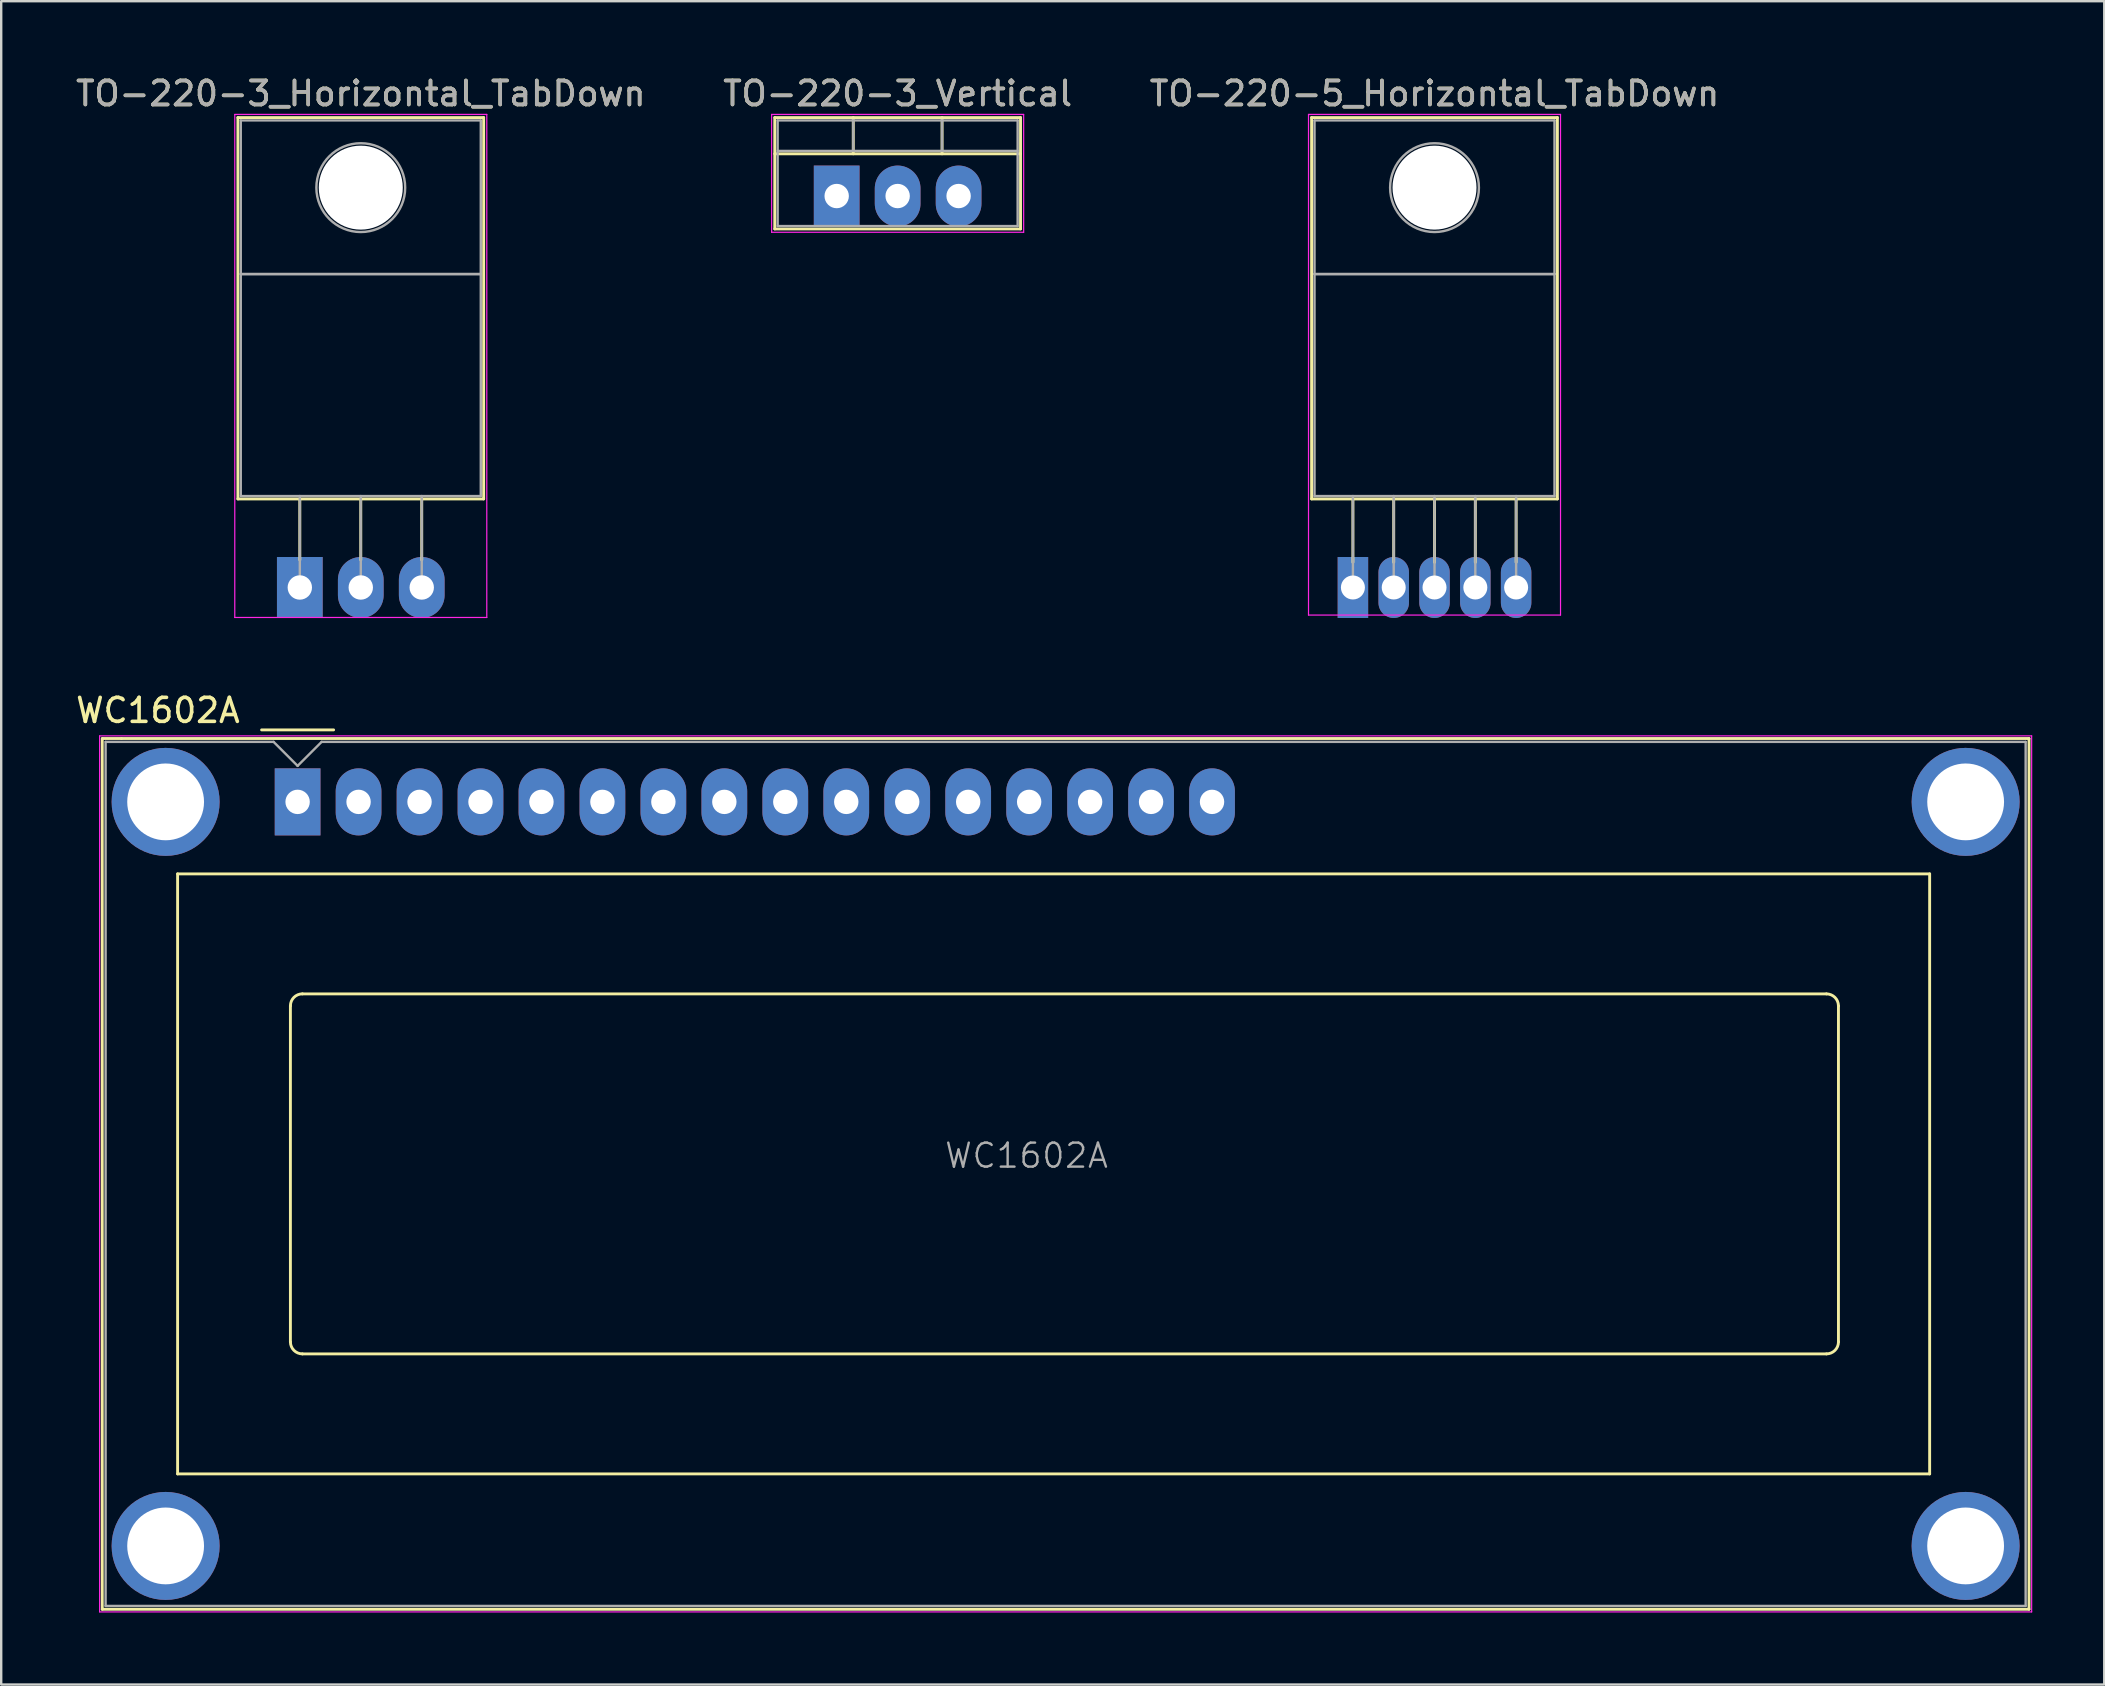
<source format=kicad_pcb>
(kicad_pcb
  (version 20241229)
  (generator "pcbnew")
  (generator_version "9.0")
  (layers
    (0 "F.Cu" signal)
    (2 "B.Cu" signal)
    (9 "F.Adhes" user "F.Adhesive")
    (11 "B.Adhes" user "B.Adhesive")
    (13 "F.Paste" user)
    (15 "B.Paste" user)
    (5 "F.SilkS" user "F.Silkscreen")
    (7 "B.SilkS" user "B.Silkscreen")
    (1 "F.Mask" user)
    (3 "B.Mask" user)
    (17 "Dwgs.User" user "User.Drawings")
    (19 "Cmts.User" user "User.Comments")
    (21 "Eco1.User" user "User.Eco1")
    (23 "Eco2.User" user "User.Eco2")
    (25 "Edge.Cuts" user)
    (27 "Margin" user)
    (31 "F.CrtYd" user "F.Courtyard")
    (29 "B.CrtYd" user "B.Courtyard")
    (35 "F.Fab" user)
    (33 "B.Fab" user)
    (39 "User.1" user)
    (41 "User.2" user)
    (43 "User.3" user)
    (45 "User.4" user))
  (footprint "TO-220-5_Horizontal_TabDown"
    (layer "F.Cu")
    (at 53.32 21.428)
    (property "Reference" "TO-220-5_Horizontal_TabDown" (at 3.4 -20.58 0) (layer "F.SilkS") (effects (font (size 1 1) (thickness 0.15))))
    (attr through_hole)
    (fp_line (start -1.721 -19.58) (end -1.721 -3.69) (stroke (width 0.12) (type solid)) (layer "F.SilkS"))
    (fp_line (start -1.721 -19.58) (end 8.52 -19.58) (stroke (width 0.12) (type solid)) (layer "F.SilkS"))
    (fp_line (start -1.721 -3.69) (end 8.52 -3.69) (stroke (width 0.12) (type solid)) (layer "F.SilkS"))
    (fp_line (start 0 -3.69) (end 0 -1.05) (stroke (width 0.12) (type solid)) (layer "F.SilkS"))
    (fp_line (start 1.7 -3.69) (end 1.7 -1.05) (stroke (width 0.12) (type solid)) (layer "F.SilkS"))
    (fp_line (start 3.4 -3.69) (end 3.4 -1.05) (stroke (width 0.12) (type solid)) (layer "F.SilkS"))
    (fp_line (start 5.1 -3.69) (end 5.1 -1.05) (stroke (width 0.12) (type solid)) (layer "F.SilkS"))
    (fp_line (start 6.8 -3.69) (end 6.8 -1.05) (stroke (width 0.12) (type solid)) (layer "F.SilkS"))
    (fp_line (start 8.52 -19.58) (end 8.52 -3.69) (stroke (width 0.12) (type solid)) (layer "F.SilkS"))
    (fp_line (start -1.85 -19.71) (end -1.85 1.15) (stroke (width 0.05) (type solid)) (layer "F.CrtYd"))
    (fp_line (start -1.85 1.15) (end 8.65 1.15) (stroke (width 0.05) (type solid)) (layer "F.CrtYd"))
    (fp_line (start 8.65 -19.71) (end -1.85 -19.71) (stroke (width 0.05) (type solid)) (layer "F.CrtYd"))
    (fp_line (start 8.65 1.15) (end 8.65 -19.71) (stroke (width 0.05) (type solid)) (layer "F.CrtYd"))
    (fp_line (start -1.6 -19.46) (end 8.4 -19.46) (stroke (width 0.1) (type solid)) (layer "F.Fab"))
    (fp_line (start -1.6 -13.06) (end -1.6 -19.46) (stroke (width 0.1) (type solid)) (layer "F.Fab"))
    (fp_line (start -1.6 -13.06) (end 8.4 -13.06) (stroke (width 0.1) (type solid)) (layer "F.Fab"))
    (fp_line (start -1.6 -3.81) (end -1.6 -13.06) (stroke (width 0.1) (type solid)) (layer "F.Fab"))
    (fp_line (start 0 -3.81) (end 0 0) (stroke (width 0.1) (type solid)) (layer "F.Fab"))
    (fp_line (start 1.7 -3.81) (end 1.7 0) (stroke (width 0.1) (type solid)) (layer "F.Fab"))
    (fp_line (start 3.4 -3.81) (end 3.4 0) (stroke (width 0.1) (type solid)) (layer "F.Fab"))
    (fp_line (start 5.1 -3.81) (end 5.1 0) (stroke (width 0.1) (type solid)) (layer "F.Fab"))
    (fp_line (start 6.8 -3.81) (end 6.8 0) (stroke (width 0.1) (type solid)) (layer "F.Fab"))
    (fp_line (start 8.4 -19.46) (end 8.4 -13.06) (stroke (width 0.1) (type solid)) (layer "F.Fab"))
    (fp_line (start 8.4 -13.06) (end -1.6 -13.06) (stroke (width 0.1) (type solid)) (layer "F.Fab"))
    (fp_line (start 8.4 -13.06) (end 8.4 -3.81) (stroke (width 0.1) (type solid)) (layer "F.Fab"))
    (fp_line (start 8.4 -3.81) (end -1.6 -3.81) (stroke (width 0.1) (type solid)) (layer "F.Fab"))
    (fp_circle (center 3.4 -16.66) (end 5.25 -16.66) (stroke (width 0.1) (type solid)) (fill no) (layer "F.Fab"))
    (fp_text user "${REFERENCE}" (at 3.4 -20.58 0) (layer "F.Fab") (effects (font (size 1 1) (thickness 0.15))))
    (pad "" np_thru_hole oval (at 3.4 -16.66) (size 3.5 3.5) (drill 3.5) (layers "*.Cu" "*.Mask"))
    (pad "1" thru_hole rect (at 0 0) (size 1.27 2.54) (drill 1) (layers "*.Cu" "*.Mask"))
    (pad "2" thru_hole oval (at 1.7 0) (size 1.27 2.54) (drill 1) (layers "*.Cu" "*.Mask"))
    (pad "3" thru_hole oval (at 3.4 0) (size 1.27 2.54) (drill 1) (layers "*.Cu" "*.Mask"))
    (pad "4" thru_hole oval (at 5.1 0) (size 1.27 2.54) (drill 1) (layers "*.Cu" "*.Mask"))
    (pad "5" thru_hole oval (at 6.8 0) (size 1.27 2.54) (drill 1) (layers "*.Cu" "*.Mask")))
  (footprint "WC1602A"
    (layer "F.Cu")
    (at 9.35 30.361)
    (property "Reference" "WC1602A" (at -5.82 -3.81 0) (layer "F.SilkS") (effects (font (size 1 1) (thickness 0.15))))
    (attr through_hole)
    (fp_line (start -8.14 -2.64) (end -8.14 33.64) (stroke (width 0.12) (type solid)) (layer "F.SilkS"))
    (fp_line (start -8.14 33.64) (end 72.14 33.64) (stroke (width 0.12) (type solid)) (layer "F.SilkS"))
    (fp_line (start -8.13 -2.64) (end -7.34 -2.64) (stroke (width 0.12) (type solid)) (layer "F.SilkS"))
    (fp_line (start -5 3) (end 68 3) (stroke (width 0.12) (type solid)) (layer "F.SilkS"))
    (fp_line (start -5 28) (end -5 3) (stroke (width 0.12) (type solid)) (layer "F.SilkS"))
    (fp_line (start -1.5 -3) (end 1.5 -3) (stroke (width 0.12) (type solid)) (layer "F.SilkS"))
    (fp_line (start -0.3 22.499) (end -0.3 8.5) (stroke (width 0.12) (type solid)) (layer "F.SilkS"))
    (fp_line (start 0.2 8) (end 63.7 8) (stroke (width 0.12) (type solid)) (layer "F.SilkS"))
    (fp_line (start 63.701 23) (end 0.2 23) (stroke (width 0.12) (type solid)) (layer "F.SilkS"))
    (fp_line (start 64.2 8.5) (end 64.2 22.5) (stroke (width 0.12) (type solid)) (layer "F.SilkS"))
    (fp_line (start 68 3) (end 68 28) (stroke (width 0.12) (type solid)) (layer "F.SilkS"))
    (fp_line (start 68 28) (end -5 28) (stroke (width 0.12) (type solid)) (layer "F.SilkS"))
    (fp_line (start 72.14 -2.64) (end -7.34 -2.64) (stroke (width 0.12) (type solid)) (layer "F.SilkS"))
    (fp_line (start 72.14 33.64) (end 72.14 -2.64) (stroke (width 0.12) (type solid)) (layer "F.SilkS"))
    (fp_arc (start -0.29972 8.49884) (mid -0.153162 8.145018) (end 0.20066 7.99846) (stroke (width 0.12) (type solid)) (layer "F.SilkS"))
    (fp_arc (start 0.20066 22.9997) (mid -0.153162 22.853142) (end -0.29972 22.49932) (stroke (width 0.12) (type solid)) (layer "F.SilkS"))
    (fp_arc (start 63.7 8) (mid 64.053553 8.146447) (end 64.2 8.5) (stroke (width 0.12) (type solid)) (layer "F.SilkS"))
    (fp_arc (start 64.20104 22.49932) (mid 64.054482 22.853142) (end 63.70066 22.9997) (stroke (width 0.12) (type solid)) (layer "F.SilkS"))
    (fp_line (start -8.25 -2.75) (end -8.25 33.75) (stroke (width 0.05) (type solid)) (layer "F.CrtYd"))
    (fp_line (start -8.25 -2.75) (end 72.25 -2.75) (stroke (width 0.05) (type solid)) (layer "F.CrtYd"))
    (fp_line (start -8.25 33.75) (end 72.25 33.75) (stroke (width 0.05) (type solid)) (layer "F.CrtYd"))
    (fp_line (start 72.25 -2.75) (end 72.25 33.75) (stroke (width 0.05) (type solid)) (layer "F.CrtYd"))
    (fp_line (start -8 33.5) (end -8 -2.5) (stroke (width 0.1) (type solid)) (layer "F.Fab"))
    (fp_line (start -1 -2.5) (end -8 -2.5) (stroke (width 0.1) (type solid)) (layer "F.Fab"))
    (fp_line (start 0 -1.5) (end -1 -2.5) (stroke (width 0.1) (type solid)) (layer "F.Fab"))
    (fp_line (start 1 -2.5) (end 0 -1.5) (stroke (width 0.1) (type solid)) (layer "F.Fab"))
    (fp_line (start 1 -2.5) (end 72 -2.5) (stroke (width 0.1) (type solid)) (layer "F.Fab"))
    (fp_line (start 72 -2.5) (end 72 33.5) (stroke (width 0.1) (type solid)) (layer "F.Fab"))
    (fp_line (start 72 33.5) (end -8 33.5) (stroke (width 0.1) (type solid)) (layer "F.Fab"))
    (fp_text user "${REFERENCE}" (at 30.37 14.74 0) (layer "F.Fab") (effects (font (size 1 1) (thickness 0.1))))
    (pad "" thru_hole circle (at -5.499 0) (size 4.5 4.5) (drill 3.2) (layers "*.Cu" "*.Mask"))
    (pad "" thru_hole circle (at -5.499 31.001) (size 4.5 4.5) (drill 3.2) (layers "*.Cu" "*.Mask"))
    (pad "" thru_hole circle (at 69.499 31.001) (size 4.5 4.5) (drill 3.2) (layers "*.Cu" "*.Mask"))
    (pad "" thru_hole circle (at 69.5 0) (size 4.5 4.5) (drill 3.2) (layers "*.Cu" "*.Mask"))
    (pad "1" thru_hole rect (at 0 0 180) (size 1.905 2.794) (drill 1.016) (layers "*.Cu" "*.Mask"))
    (pad "2" thru_hole oval (at 2.54 0 180) (size 1.905 2.794) (drill 1.016) (layers "*.Cu" "*.Mask"))
    (pad "3" thru_hole oval (at 5.08 0 180) (size 1.905 2.794) (drill 1.016) (layers "*.Cu" "*.Mask"))
    (pad "4" thru_hole oval (at 7.62 0 180) (size 1.905 2.794) (drill 1.016) (layers "*.Cu" "*.Mask"))
    (pad "5" thru_hole oval (at 10.16 0 180) (size 1.905 2.794) (drill 1.016) (layers "*.Cu" "*.Mask"))
    (pad "6" thru_hole oval (at 12.7 0 180) (size 1.905 2.794) (drill 1.016) (layers "*.Cu" "*.Mask"))
    (pad "7" thru_hole oval (at 15.24 0 180) (size 1.905 2.794) (drill 1.016) (layers "*.Cu" "*.Mask"))
    (pad "8" thru_hole oval (at 17.78 0 180) (size 1.905 2.794) (drill 1.016) (layers "*.Cu" "*.Mask"))
    (pad "9" thru_hole oval (at 20.32 0 180) (size 1.905 2.794) (drill 1.016) (layers "*.Cu" "*.Mask"))
    (pad "10" thru_hole oval (at 22.86 0 180) (size 1.905 2.794) (drill 1.016) (layers "*.Cu" "*.Mask"))
    (pad "11" thru_hole oval (at 25.4 0 180) (size 1.905 2.794) (drill 1.016) (layers "*.Cu" "*.Mask"))
    (pad "12" thru_hole oval (at 27.94 0 180) (size 1.905 2.794) (drill 1.016) (layers "*.Cu" "*.Mask"))
    (pad "13" thru_hole oval (at 30.48 0 180) (size 1.905 2.794) (drill 1.016) (layers "*.Cu" "*.Mask"))
    (pad "14" thru_hole oval (at 33.02 0 180) (size 1.905 2.794) (drill 1.016) (layers "*.Cu" "*.Mask"))
    (pad "15" thru_hole oval (at 35.56 0 180) (size 1.905 2.794) (drill 1.016) (layers "*.Cu" "*.Mask"))
    (pad "16" thru_hole oval (at 38.1 0 180) (size 1.905 2.794) (drill 1.016) (layers "*.Cu" "*.Mask")))
  (footprint "TO-220-3_Horizontal_TabDown"
    (layer "F.Cu")
    (at 9.442 21.428)
    (property "Reference" "TO-220-3_Horizontal_TabDown" (at 2.54 -20.58 0) (layer "F.SilkS") (effects (font (size 1 1) (thickness 0.15))))
    (attr through_hole)
    (fp_line (start -2.58 -19.58) (end -2.58 -3.69) (stroke (width 0.12) (type solid)) (layer "F.SilkS"))
    (fp_line (start -2.58 -19.58) (end 7.66 -19.58) (stroke (width 0.12) (type solid)) (layer "F.SilkS"))
    (fp_line (start -2.58 -3.69) (end 7.66 -3.69) (stroke (width 0.12) (type solid)) (layer "F.SilkS"))
    (fp_line (start 0 -3.69) (end 0 -1.15) (stroke (width 0.12) (type solid)) (layer "F.SilkS"))
    (fp_line (start 2.54 -3.69) (end 2.54 -1.15) (stroke (width 0.12) (type solid)) (layer "F.SilkS"))
    (fp_line (start 5.08 -3.69) (end 5.08 -1.15) (stroke (width 0.12) (type solid)) (layer "F.SilkS"))
    (fp_line (start 7.66 -19.58) (end 7.66 -3.69) (stroke (width 0.12) (type solid)) (layer "F.SilkS"))
    (fp_line (start -2.71 -19.71) (end -2.71 1.25) (stroke (width 0.05) (type solid)) (layer "F.CrtYd"))
    (fp_line (start -2.71 1.25) (end 7.79 1.25) (stroke (width 0.05) (type solid)) (layer "F.CrtYd"))
    (fp_line (start 7.79 -19.71) (end -2.71 -19.71) (stroke (width 0.05) (type solid)) (layer "F.CrtYd"))
    (fp_line (start 7.79 1.25) (end 7.79 -19.71) (stroke (width 0.05) (type solid)) (layer "F.CrtYd"))
    (fp_line (start -2.46 -19.46) (end 7.54 -19.46) (stroke (width 0.1) (type solid)) (layer "F.Fab"))
    (fp_line (start -2.46 -13.06) (end -2.46 -19.46) (stroke (width 0.1) (type solid)) (layer "F.Fab"))
    (fp_line (start -2.46 -13.06) (end 7.54 -13.06) (stroke (width 0.1) (type solid)) (layer "F.Fab"))
    (fp_line (start -2.46 -3.81) (end -2.46 -13.06) (stroke (width 0.1) (type solid)) (layer "F.Fab"))
    (fp_line (start 0 -3.81) (end 0 0) (stroke (width 0.1) (type solid)) (layer "F.Fab"))
    (fp_line (start 2.54 -3.81) (end 2.54 0) (stroke (width 0.1) (type solid)) (layer "F.Fab"))
    (fp_line (start 5.08 -3.81) (end 5.08 0) (stroke (width 0.1) (type solid)) (layer "F.Fab"))
    (fp_line (start 7.54 -19.46) (end 7.54 -13.06) (stroke (width 0.1) (type solid)) (layer "F.Fab"))
    (fp_line (start 7.54 -13.06) (end -2.46 -13.06) (stroke (width 0.1) (type solid)) (layer "F.Fab"))
    (fp_line (start 7.54 -13.06) (end 7.54 -3.81) (stroke (width 0.1) (type solid)) (layer "F.Fab"))
    (fp_line (start 7.54 -3.81) (end -2.46 -3.81) (stroke (width 0.1) (type solid)) (layer "F.Fab"))
    (fp_circle (center 2.54 -16.66) (end 4.39 -16.66) (stroke (width 0.1) (type solid)) (fill no) (layer "F.Fab"))
    (fp_text user "${REFERENCE}" (at 2.54 -20.58 0) (layer "F.Fab") (effects (font (size 1 1) (thickness 0.15))))
    (pad "" np_thru_hole oval (at 2.54 -16.66) (size 3.5 3.5) (drill 3.5) (layers "*.Cu" "*.Mask"))
    (pad "1" thru_hole rect (at 0 0) (size 1.905 2.54) (drill 1.016) (layers "*.Cu" "*.Mask"))
    (pad "2" thru_hole oval (at 2.54 0) (size 1.905 2.54) (drill 1.016) (layers "*.Cu" "*.Mask"))
    (pad "3" thru_hole oval (at 5.08 0) (size 1.905 2.54) (drill 1.016) (layers "*.Cu" "*.Mask")))
  (footprint "TO-220-3_Vertical"
    (layer "F.Cu")
    (at 31.811 5.118)
    (property "Reference" "TO-220-3_Vertical" (at 2.54 -4.27 0) (layer "F.SilkS") (effects (font (size 1 1) (thickness 0.15))))
    (attr through_hole)
    (fp_line (start -2.58 -3.27) (end -2.58 1.371) (stroke (width 0.12) (type solid)) (layer "F.SilkS"))
    (fp_line (start -2.58 -3.27) (end 7.66 -3.27) (stroke (width 0.12) (type solid)) (layer "F.SilkS"))
    (fp_line (start -2.58 -1.76) (end 7.66 -1.76) (stroke (width 0.12) (type solid)) (layer "F.SilkS"))
    (fp_line (start -2.58 1.371) (end 7.66 1.371) (stroke (width 0.12) (type solid)) (layer "F.SilkS"))
    (fp_line (start 0.69 -3.27) (end 0.69 -1.76) (stroke (width 0.12) (type solid)) (layer "F.SilkS"))
    (fp_line (start 4.391 -3.27) (end 4.391 -1.76) (stroke (width 0.12) (type solid)) (layer "F.SilkS"))
    (fp_line (start 7.66 -3.27) (end 7.66 1.371) (stroke (width 0.12) (type solid)) (layer "F.SilkS"))
    (fp_line (start -2.71 -3.4) (end -2.71 1.51) (stroke (width 0.05) (type solid)) (layer "F.CrtYd"))
    (fp_line (start -2.71 1.51) (end 7.79 1.51) (stroke (width 0.05) (type solid)) (layer "F.CrtYd"))
    (fp_line (start 7.79 -3.4) (end -2.71 -3.4) (stroke (width 0.05) (type solid)) (layer "F.CrtYd"))
    (fp_line (start 7.79 1.51) (end 7.79 -3.4) (stroke (width 0.05) (type solid)) (layer "F.CrtYd"))
    (fp_line (start -2.46 -3.15) (end -2.46 1.25) (stroke (width 0.1) (type solid)) (layer "F.Fab"))
    (fp_line (start -2.46 -1.88) (end 7.54 -1.88) (stroke (width 0.1) (type solid)) (layer "F.Fab"))
    (fp_line (start -2.46 1.25) (end 7.54 1.25) (stroke (width 0.1) (type solid)) (layer "F.Fab"))
    (fp_line (start 0.69 -3.15) (end 0.69 -1.88) (stroke (width 0.1) (type solid)) (layer "F.Fab"))
    (fp_line (start 4.39 -3.15) (end 4.39 -1.88) (stroke (width 0.1) (type solid)) (layer "F.Fab"))
    (fp_line (start 7.54 -3.15) (end -2.46 -3.15) (stroke (width 0.1) (type solid)) (layer "F.Fab"))
    (fp_line (start 7.54 1.25) (end 7.54 -3.15) (stroke (width 0.1) (type solid)) (layer "F.Fab"))
    (fp_text user "${REFERENCE}" (at 2.54 -4.27 0) (layer "F.Fab") (effects (font (size 1 1) (thickness 0.15))))
    (pad "1" thru_hole rect (at 0 0) (size 1.905 2.54) (drill 1.016) (layers "*.Cu" "*.Mask"))
    (pad "2" thru_hole oval (at 2.54 0) (size 1.905 2.54) (drill 1.016) (layers "*.Cu" "*.Mask"))
    (pad "3" thru_hole oval (at 5.08 0) (size 1.905 2.54) (drill 1.016) (layers "*.Cu" "*.Mask")))
  (gr_rect
    (start -3 -3)
    (end 84.625 67.136)
    (stroke (width 0.1) (type default))
    (fill no)
    (layer "Edge.Cuts")))
</source>
